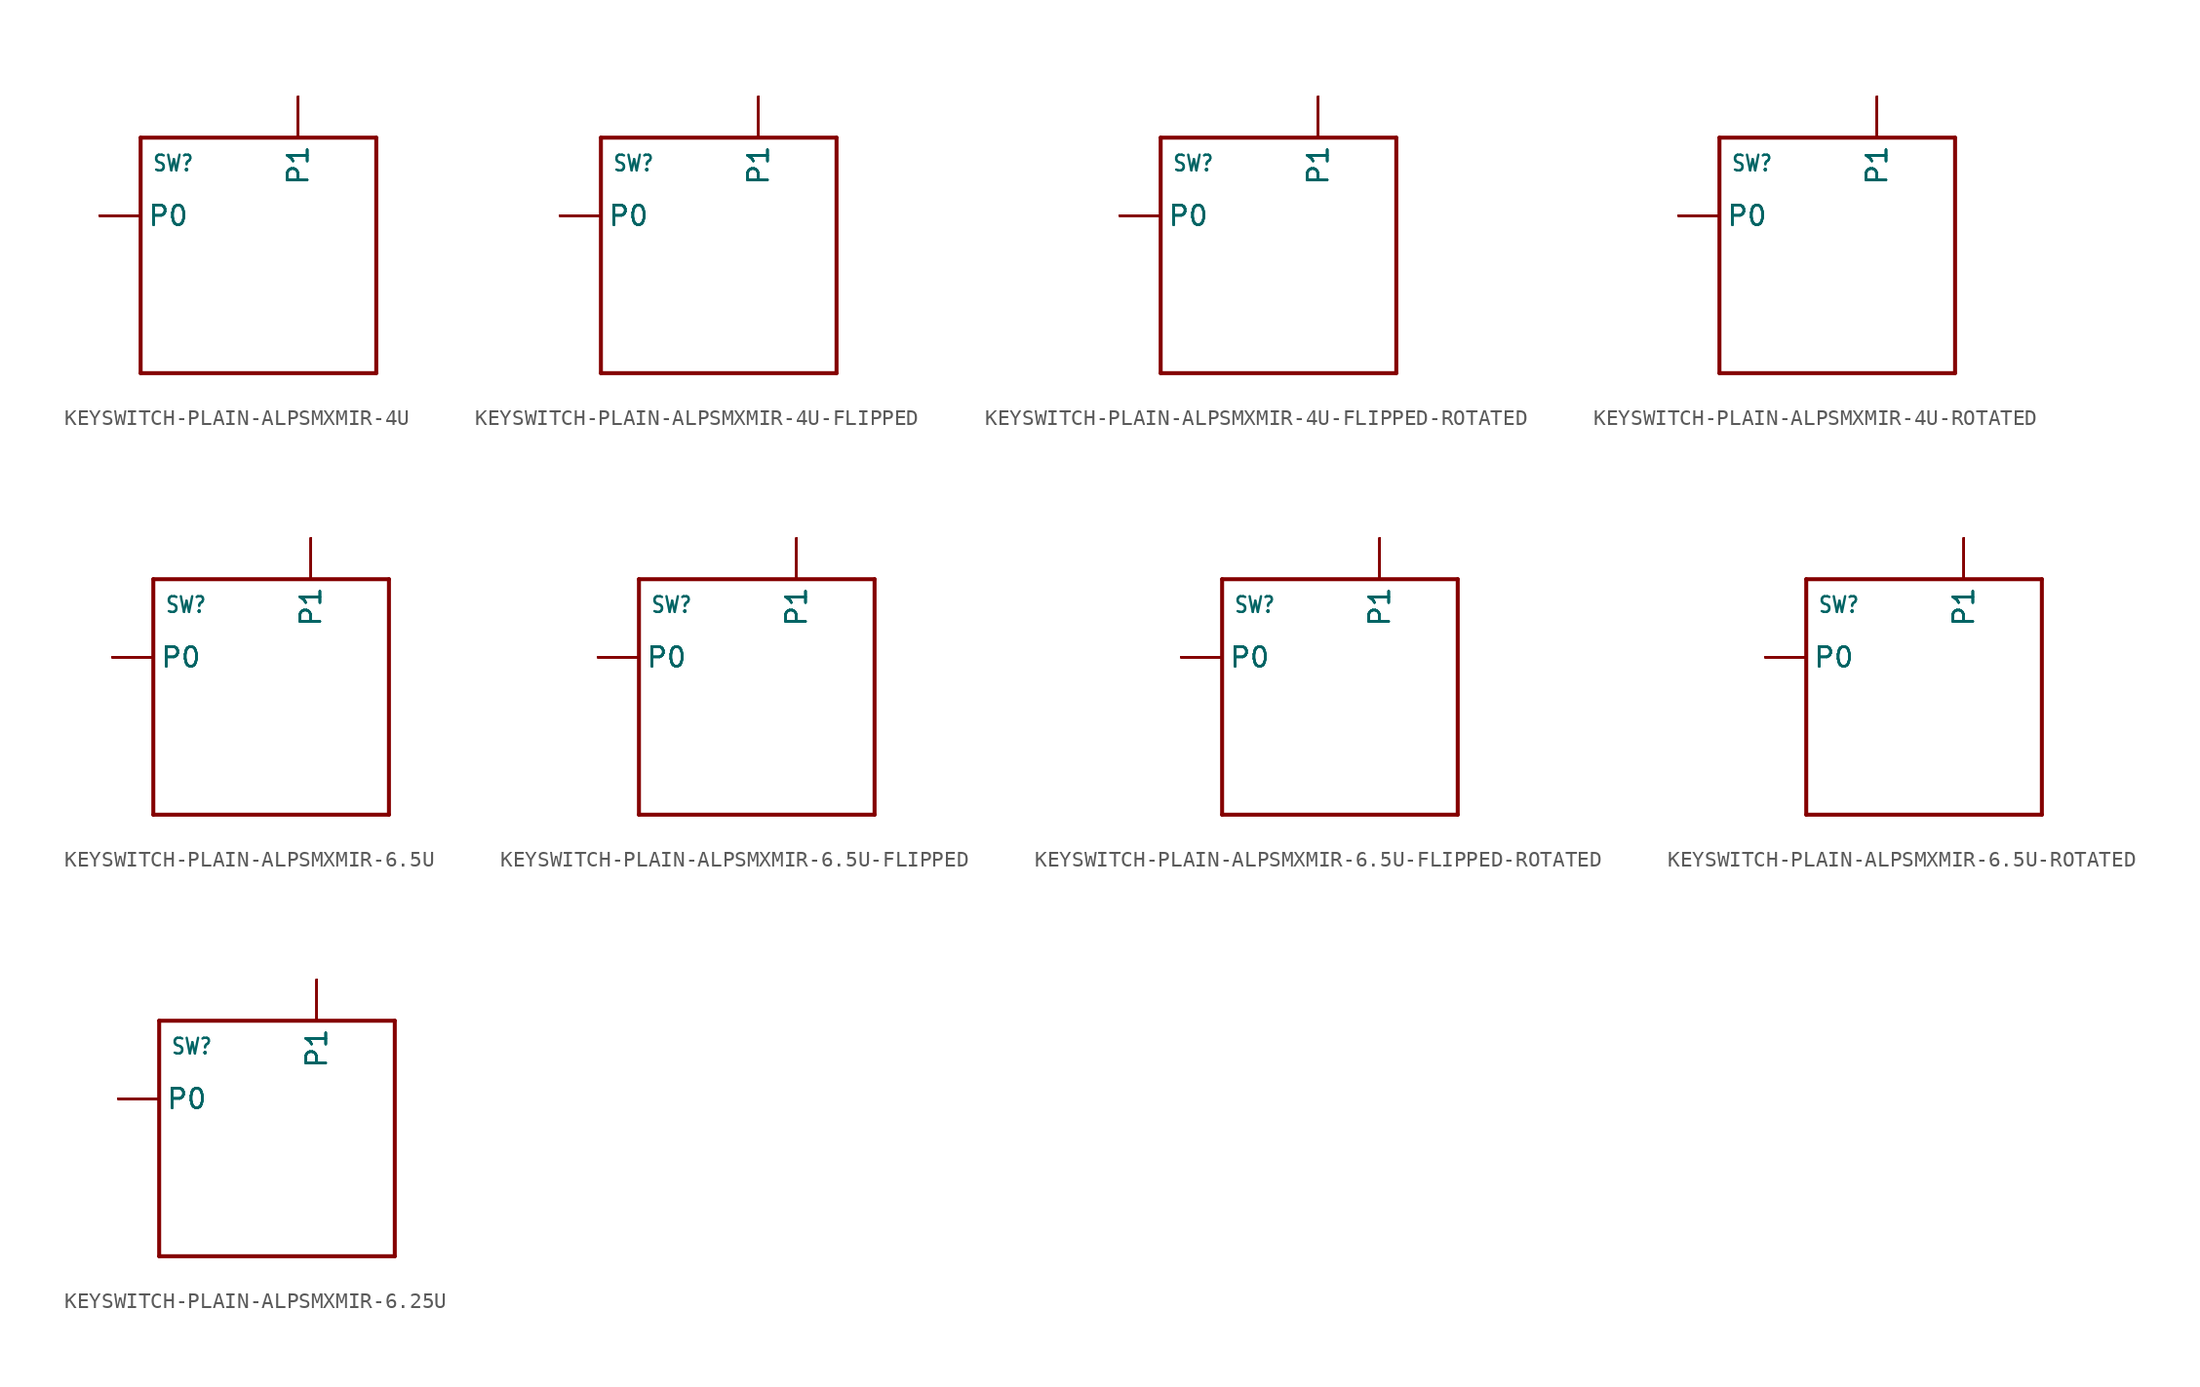
<source format=kicad_sym>
(kicad_symbol_lib
  (version 20211014)
  (generator kicad_symbol_editor)
  (symbol "KEYSWITCH-PLAIN-ALPSMXMIR-4U"
    (property "Reference" "SW"
      (at -6.81 5.318 0)
      (effects (font (size 1 0.85)) (justify left bottom)))
    (property "ki_locked" ""
      (at 0 0 0)
      (effects (font (size 1.27 1.27))))
    (symbol "KEYSWITCH-PLAIN-ALPSMXMIR-4U_1_0"
      (polyline (pts (xy -7.54 -7.54) (xy -7.54 7.54)) (stroke (width 0.254) (type default) (color 0 0 0 0)) (fill (type none)))
      (polyline (pts (xy -7.54 7.54) (xy 7.54 7.54)) (stroke (width 0.254) (type default) (color 0 0 0 0)) (fill (type none)))
      (polyline (pts (xy 7.54 -7.54) (xy -7.54 -7.54)) (stroke (width 0.254) (type default) (color 0 0 0 0)) (fill (type none)))
      (polyline (pts (xy 7.54 7.54) (xy 7.54 -7.54)) (stroke (width 0.254) (type default) (color 0 0 0 0)) (fill (type none)))
      (pin bidirectional line (at -10.16 2.54 0) (length 2.54) (name "P0" (effects (font (size 1.27 1.27)))) (number "ALPS1" (effects (font (size 0 0)))))
      (pin bidirectional line (at 2.54 10.16 270) (length 2.54) (name "P1" (effects (font (size 1.27 1.27)))) (number "ALPS2" (effects (font (size 0 0)))))
      (pin bidirectional line (at -10.16 2.54 0) (length 2.54) (name "P0" (effects (font (size 1.27 1.27)))) (number "ALPS3" (effects (font (size 0 0)))))
      (pin bidirectional line (at 2.54 10.16 270) (length 2.54) (name "P1" (effects (font (size 1.27 1.27)))) (number "ALPS4" (effects (font (size 0 0)))))
      (pin bidirectional line (at -10.16 2.54 0) (length 2.54) (name "P0" (effects (font (size 1.27 1.27)))) (number "MX1" (effects (font (size 0 0)))))
      (pin bidirectional line (at 2.54 10.16 270) (length 2.54) (name "P1" (effects (font (size 1.27 1.27)))) (number "MX2" (effects (font (size 0 0)))))
      (pin bidirectional line (at -10.16 2.54 0) (length 2.54) (name "P0" (effects (font (size 1.27 1.27)))) (number "MX3" (effects (font (size 0 0)))))
      (pin bidirectional line (at 2.54 10.16 270) (length 2.54) (name "P1" (effects (font (size 1.27 1.27)))) (number "MX4" (effects (font (size 0 0)))))))
  (symbol "KEYSWITCH-PLAIN-ALPSMXMIR-4U-FLIPPED"
    (property "Reference" "SW"
      (at -6.81 5.318 0)
      (effects (font (size 1 0.85)) (justify left bottom)))
    (property "ki_locked" ""
      (at 0 0 0)
      (effects (font (size 1.27 1.27))))
    (symbol "KEYSWITCH-PLAIN-ALPSMXMIR-4U-FLIPPED_1_0"
      (polyline (pts (xy -7.54 -7.54) (xy -7.54 7.54)) (stroke (width 0.254) (type default) (color 0 0 0 0)) (fill (type none)))
      (polyline (pts (xy -7.54 7.54) (xy 7.54 7.54)) (stroke (width 0.254) (type default) (color 0 0 0 0)) (fill (type none)))
      (polyline (pts (xy 7.54 -7.54) (xy -7.54 -7.54)) (stroke (width 0.254) (type default) (color 0 0 0 0)) (fill (type none)))
      (polyline (pts (xy 7.54 7.54) (xy 7.54 -7.54)) (stroke (width 0.254) (type default) (color 0 0 0 0)) (fill (type none)))
      (pin bidirectional line (at -10.16 2.54 0) (length 2.54) (name "P0" (effects (font (size 1.27 1.27)))) (number "ALPS1" (effects (font (size 0 0)))))
      (pin bidirectional line (at 2.54 10.16 270) (length 2.54) (name "P1" (effects (font (size 1.27 1.27)))) (number "ALPS2" (effects (font (size 0 0)))))
      (pin bidirectional line (at -10.16 2.54 0) (length 2.54) (name "P0" (effects (font (size 1.27 1.27)))) (number "ALPS3" (effects (font (size 0 0)))))
      (pin bidirectional line (at 2.54 10.16 270) (length 2.54) (name "P1" (effects (font (size 1.27 1.27)))) (number "ALPS4" (effects (font (size 0 0)))))
      (pin bidirectional line (at -10.16 2.54 0) (length 2.54) (name "P0" (effects (font (size 1.27 1.27)))) (number "MX1" (effects (font (size 0 0)))))
      (pin bidirectional line (at 2.54 10.16 270) (length 2.54) (name "P1" (effects (font (size 1.27 1.27)))) (number "MX2" (effects (font (size 0 0)))))
      (pin bidirectional line (at -10.16 2.54 0) (length 2.54) (name "P0" (effects (font (size 1.27 1.27)))) (number "MX3" (effects (font (size 0 0)))))
      (pin bidirectional line (at 2.54 10.16 270) (length 2.54) (name "P1" (effects (font (size 1.27 1.27)))) (number "MX4" (effects (font (size 0 0)))))))
  (symbol "KEYSWITCH-PLAIN-ALPSMXMIR-4U-FLIPPED-ROTATED"
    (property "Reference" "SW"
      (at -6.81 5.318 0)
      (effects (font (size 1 0.85)) (justify left bottom)))
    (property "ki_locked" ""
      (at 0 0 0)
      (effects (font (size 1.27 1.27))))
    (symbol "KEYSWITCH-PLAIN-ALPSMXMIR-4U-FLIPPED-ROTATED_1_0"
      (polyline (pts (xy -7.54 -7.54) (xy -7.54 7.54)) (stroke (width 0.254) (type default) (color 0 0 0 0)) (fill (type none)))
      (polyline (pts (xy -7.54 7.54) (xy 7.54 7.54)) (stroke (width 0.254) (type default) (color 0 0 0 0)) (fill (type none)))
      (polyline (pts (xy 7.54 -7.54) (xy -7.54 -7.54)) (stroke (width 0.254) (type default) (color 0 0 0 0)) (fill (type none)))
      (polyline (pts (xy 7.54 7.54) (xy 7.54 -7.54)) (stroke (width 0.254) (type default) (color 0 0 0 0)) (fill (type none)))
      (pin bidirectional line (at -10.16 2.54 0) (length 2.54) (name "P0" (effects (font (size 1.27 1.27)))) (number "ALPS1" (effects (font (size 0 0)))))
      (pin bidirectional line (at 2.54 10.16 270) (length 2.54) (name "P1" (effects (font (size 1.27 1.27)))) (number "ALPS2" (effects (font (size 0 0)))))
      (pin bidirectional line (at -10.16 2.54 0) (length 2.54) (name "P0" (effects (font (size 1.27 1.27)))) (number "ALPS3" (effects (font (size 0 0)))))
      (pin bidirectional line (at 2.54 10.16 270) (length 2.54) (name "P1" (effects (font (size 1.27 1.27)))) (number "ALPS4" (effects (font (size 0 0)))))
      (pin bidirectional line (at -10.16 2.54 0) (length 2.54) (name "P0" (effects (font (size 1.27 1.27)))) (number "MX1" (effects (font (size 0 0)))))
      (pin bidirectional line (at 2.54 10.16 270) (length 2.54) (name "P1" (effects (font (size 1.27 1.27)))) (number "MX2" (effects (font (size 0 0)))))
      (pin bidirectional line (at -10.16 2.54 0) (length 2.54) (name "P0" (effects (font (size 1.27 1.27)))) (number "MX3" (effects (font (size 0 0)))))
      (pin bidirectional line (at 2.54 10.16 270) (length 2.54) (name "P1" (effects (font (size 1.27 1.27)))) (number "MX4" (effects (font (size 0 0)))))))
  (symbol "KEYSWITCH-PLAIN-ALPSMXMIR-4U-ROTATED"
    (property "Reference" "SW"
      (at -6.81 5.318 0)
      (effects (font (size 1 0.85)) (justify left bottom)))
    (property "ki_locked" ""
      (at 0 0 0)
      (effects (font (size 1.27 1.27))))
    (symbol "KEYSWITCH-PLAIN-ALPSMXMIR-4U-ROTATED_1_0"
      (polyline (pts (xy -7.54 -7.54) (xy -7.54 7.54)) (stroke (width 0.254) (type default) (color 0 0 0 0)) (fill (type none)))
      (polyline (pts (xy -7.54 7.54) (xy 7.54 7.54)) (stroke (width 0.254) (type default) (color 0 0 0 0)) (fill (type none)))
      (polyline (pts (xy 7.54 -7.54) (xy -7.54 -7.54)) (stroke (width 0.254) (type default) (color 0 0 0 0)) (fill (type none)))
      (polyline (pts (xy 7.54 7.54) (xy 7.54 -7.54)) (stroke (width 0.254) (type default) (color 0 0 0 0)) (fill (type none)))
      (pin bidirectional line (at -10.16 2.54 0) (length 2.54) (name "P0" (effects (font (size 1.27 1.27)))) (number "ALPS1" (effects (font (size 0 0)))))
      (pin bidirectional line (at 2.54 10.16 270) (length 2.54) (name "P1" (effects (font (size 1.27 1.27)))) (number "ALPS2" (effects (font (size 0 0)))))
      (pin bidirectional line (at -10.16 2.54 0) (length 2.54) (name "P0" (effects (font (size 1.27 1.27)))) (number "ALPS3" (effects (font (size 0 0)))))
      (pin bidirectional line (at 2.54 10.16 270) (length 2.54) (name "P1" (effects (font (size 1.27 1.27)))) (number "ALPS4" (effects (font (size 0 0)))))
      (pin bidirectional line (at -10.16 2.54 0) (length 2.54) (name "P0" (effects (font (size 1.27 1.27)))) (number "MX1" (effects (font (size 0 0)))))
      (pin bidirectional line (at 2.54 10.16 270) (length 2.54) (name "P1" (effects (font (size 1.27 1.27)))) (number "MX2" (effects (font (size 0 0)))))
      (pin bidirectional line (at -10.16 2.54 0) (length 2.54) (name "P0" (effects (font (size 1.27 1.27)))) (number "MX3" (effects (font (size 0 0)))))
      (pin bidirectional line (at 2.54 10.16 270) (length 2.54) (name "P1" (effects (font (size 1.27 1.27)))) (number "MX4" (effects (font (size 0 0)))))))
  (symbol "KEYSWITCH-PLAIN-ALPSMXMIR-6.5U"
    (property "Reference" "SW"
      (at -6.81 5.318 0)
      (effects (font (size 1 0.85)) (justify left bottom)))
    (property "ki_locked" ""
      (at 0 0 0)
      (effects (font (size 1.27 1.27))))
    (symbol "KEYSWITCH-PLAIN-ALPSMXMIR-6.5U_1_0"
      (polyline (pts (xy -7.54 -7.54) (xy -7.54 7.54)) (stroke (width 0.254) (type default) (color 0 0 0 0)) (fill (type none)))
      (polyline (pts (xy -7.54 7.54) (xy 7.54 7.54)) (stroke (width 0.254) (type default) (color 0 0 0 0)) (fill (type none)))
      (polyline (pts (xy 7.54 -7.54) (xy -7.54 -7.54)) (stroke (width 0.254) (type default) (color 0 0 0 0)) (fill (type none)))
      (polyline (pts (xy 7.54 7.54) (xy 7.54 -7.54)) (stroke (width 0.254) (type default) (color 0 0 0 0)) (fill (type none)))
      (pin bidirectional line (at -10.16 2.54 0) (length 2.54) (name "P0" (effects (font (size 1.27 1.27)))) (number "ALPS1" (effects (font (size 0 0)))))
      (pin bidirectional line (at 2.54 10.16 270) (length 2.54) (name "P1" (effects (font (size 1.27 1.27)))) (number "ALPS2" (effects (font (size 0 0)))))
      (pin bidirectional line (at -10.16 2.54 0) (length 2.54) (name "P0" (effects (font (size 1.27 1.27)))) (number "ALPS3" (effects (font (size 0 0)))))
      (pin bidirectional line (at 2.54 10.16 270) (length 2.54) (name "P1" (effects (font (size 1.27 1.27)))) (number "ALPS4" (effects (font (size 0 0)))))
      (pin bidirectional line (at -10.16 2.54 0) (length 2.54) (name "P0" (effects (font (size 1.27 1.27)))) (number "MX1" (effects (font (size 0 0)))))
      (pin bidirectional line (at 2.54 10.16 270) (length 2.54) (name "P1" (effects (font (size 1.27 1.27)))) (number "MX2" (effects (font (size 0 0)))))
      (pin bidirectional line (at -10.16 2.54 0) (length 2.54) (name "P0" (effects (font (size 1.27 1.27)))) (number "MX3" (effects (font (size 0 0)))))
      (pin bidirectional line (at 2.54 10.16 270) (length 2.54) (name "P1" (effects (font (size 1.27 1.27)))) (number "MX4" (effects (font (size 0 0)))))))
  (symbol "KEYSWITCH-PLAIN-ALPSMXMIR-6.5U-FLIPPED"
    (property "Reference" "SW"
      (at -6.81 5.318 0)
      (effects (font (size 1 0.85)) (justify left bottom)))
    (property "ki_locked" ""
      (at 0 0 0)
      (effects (font (size 1.27 1.27))))
    (symbol "KEYSWITCH-PLAIN-ALPSMXMIR-6.5U-FLIPPED_1_0"
      (polyline (pts (xy -7.54 -7.54) (xy -7.54 7.54)) (stroke (width 0.254) (type default) (color 0 0 0 0)) (fill (type none)))
      (polyline (pts (xy -7.54 7.54) (xy 7.54 7.54)) (stroke (width 0.254) (type default) (color 0 0 0 0)) (fill (type none)))
      (polyline (pts (xy 7.54 -7.54) (xy -7.54 -7.54)) (stroke (width 0.254) (type default) (color 0 0 0 0)) (fill (type none)))
      (polyline (pts (xy 7.54 7.54) (xy 7.54 -7.54)) (stroke (width 0.254) (type default) (color 0 0 0 0)) (fill (type none)))
      (pin bidirectional line (at -10.16 2.54 0) (length 2.54) (name "P0" (effects (font (size 1.27 1.27)))) (number "ALPS1" (effects (font (size 0 0)))))
      (pin bidirectional line (at 2.54 10.16 270) (length 2.54) (name "P1" (effects (font (size 1.27 1.27)))) (number "ALPS2" (effects (font (size 0 0)))))
      (pin bidirectional line (at -10.16 2.54 0) (length 2.54) (name "P0" (effects (font (size 1.27 1.27)))) (number "ALPS3" (effects (font (size 0 0)))))
      (pin bidirectional line (at 2.54 10.16 270) (length 2.54) (name "P1" (effects (font (size 1.27 1.27)))) (number "ALPS4" (effects (font (size 0 0)))))
      (pin bidirectional line (at -10.16 2.54 0) (length 2.54) (name "P0" (effects (font (size 1.27 1.27)))) (number "MX1" (effects (font (size 0 0)))))
      (pin bidirectional line (at 2.54 10.16 270) (length 2.54) (name "P1" (effects (font (size 1.27 1.27)))) (number "MX2" (effects (font (size 0 0)))))
      (pin bidirectional line (at -10.16 2.54 0) (length 2.54) (name "P0" (effects (font (size 1.27 1.27)))) (number "MX3" (effects (font (size 0 0)))))
      (pin bidirectional line (at 2.54 10.16 270) (length 2.54) (name "P1" (effects (font (size 1.27 1.27)))) (number "MX4" (effects (font (size 0 0)))))))
  (symbol "KEYSWITCH-PLAIN-ALPSMXMIR-6.5U-FLIPPED-ROTATED"
    (property "Reference" "SW"
      (at -6.81 5.318 0)
      (effects (font (size 1 0.85)) (justify left bottom)))
    (property "ki_locked" ""
      (at 0 0 0)
      (effects (font (size 1.27 1.27))))
    (symbol "KEYSWITCH-PLAIN-ALPSMXMIR-6.5U-FLIPPED-ROTATED_1_0"
      (polyline (pts (xy -7.54 -7.54) (xy -7.54 7.54)) (stroke (width 0.254) (type default) (color 0 0 0 0)) (fill (type none)))
      (polyline (pts (xy -7.54 7.54) (xy 7.54 7.54)) (stroke (width 0.254) (type default) (color 0 0 0 0)) (fill (type none)))
      (polyline (pts (xy 7.54 -7.54) (xy -7.54 -7.54)) (stroke (width 0.254) (type default) (color 0 0 0 0)) (fill (type none)))
      (polyline (pts (xy 7.54 7.54) (xy 7.54 -7.54)) (stroke (width 0.254) (type default) (color 0 0 0 0)) (fill (type none)))
      (pin bidirectional line (at -10.16 2.54 0) (length 2.54) (name "P0" (effects (font (size 1.27 1.27)))) (number "ALPS1" (effects (font (size 0 0)))))
      (pin bidirectional line (at 2.54 10.16 270) (length 2.54) (name "P1" (effects (font (size 1.27 1.27)))) (number "ALPS2" (effects (font (size 0 0)))))
      (pin bidirectional line (at -10.16 2.54 0) (length 2.54) (name "P0" (effects (font (size 1.27 1.27)))) (number "ALPS3" (effects (font (size 0 0)))))
      (pin bidirectional line (at 2.54 10.16 270) (length 2.54) (name "P1" (effects (font (size 1.27 1.27)))) (number "ALPS4" (effects (font (size 0 0)))))
      (pin bidirectional line (at -10.16 2.54 0) (length 2.54) (name "P0" (effects (font (size 1.27 1.27)))) (number "MX1" (effects (font (size 0 0)))))
      (pin bidirectional line (at 2.54 10.16 270) (length 2.54) (name "P1" (effects (font (size 1.27 1.27)))) (number "MX2" (effects (font (size 0 0)))))
      (pin bidirectional line (at -10.16 2.54 0) (length 2.54) (name "P0" (effects (font (size 1.27 1.27)))) (number "MX3" (effects (font (size 0 0)))))
      (pin bidirectional line (at 2.54 10.16 270) (length 2.54) (name "P1" (effects (font (size 1.27 1.27)))) (number "MX4" (effects (font (size 0 0)))))))
  (symbol "KEYSWITCH-PLAIN-ALPSMXMIR-6.5U-ROTATED"
    (property "Reference" "SW"
      (at -6.81 5.318 0)
      (effects (font (size 1 0.85)) (justify left bottom)))
    (property "ki_locked" ""
      (at 0 0 0)
      (effects (font (size 1.27 1.27))))
    (symbol "KEYSWITCH-PLAIN-ALPSMXMIR-6.5U-ROTATED_1_0"
      (polyline (pts (xy -7.54 -7.54) (xy -7.54 7.54)) (stroke (width 0.254) (type default) (color 0 0 0 0)) (fill (type none)))
      (polyline (pts (xy -7.54 7.54) (xy 7.54 7.54)) (stroke (width 0.254) (type default) (color 0 0 0 0)) (fill (type none)))
      (polyline (pts (xy 7.54 -7.54) (xy -7.54 -7.54)) (stroke (width 0.254) (type default) (color 0 0 0 0)) (fill (type none)))
      (polyline (pts (xy 7.54 7.54) (xy 7.54 -7.54)) (stroke (width 0.254) (type default) (color 0 0 0 0)) (fill (type none)))
      (pin bidirectional line (at -10.16 2.54 0) (length 2.54) (name "P0" (effects (font (size 1.27 1.27)))) (number "ALPS1" (effects (font (size 0 0)))))
      (pin bidirectional line (at 2.54 10.16 270) (length 2.54) (name "P1" (effects (font (size 1.27 1.27)))) (number "ALPS2" (effects (font (size 0 0)))))
      (pin bidirectional line (at -10.16 2.54 0) (length 2.54) (name "P0" (effects (font (size 1.27 1.27)))) (number "ALPS3" (effects (font (size 0 0)))))
      (pin bidirectional line (at 2.54 10.16 270) (length 2.54) (name "P1" (effects (font (size 1.27 1.27)))) (number "ALPS4" (effects (font (size 0 0)))))
      (pin bidirectional line (at -10.16 2.54 0) (length 2.54) (name "P0" (effects (font (size 1.27 1.27)))) (number "MX1" (effects (font (size 0 0)))))
      (pin bidirectional line (at 2.54 10.16 270) (length 2.54) (name "P1" (effects (font (size 1.27 1.27)))) (number "MX2" (effects (font (size 0 0)))))
      (pin bidirectional line (at -10.16 2.54 0) (length 2.54) (name "P0" (effects (font (size 1.27 1.27)))) (number "MX3" (effects (font (size 0 0)))))
      (pin bidirectional line (at 2.54 10.16 270) (length 2.54) (name "P1" (effects (font (size 1.27 1.27)))) (number "MX4" (effects (font (size 0 0)))))))
  (symbol "KEYSWITCH-PLAIN-ALPSMXMIR-6.25U"
    (property "Reference" "SW"
      (at -6.81 5.318 0)
      (effects (font (size 1 0.85)) (justify left bottom)))
    (property "ki_locked" ""
      (at 0 0 0)
      (effects (font (size 1.27 1.27))))
    (symbol "KEYSWITCH-PLAIN-ALPSMXMIR-6.25U_1_0"
      (polyline (pts (xy -7.54 -7.54) (xy -7.54 7.54)) (stroke (width 0.254) (type default) (color 0 0 0 0)) (fill (type none)))
      (polyline (pts (xy -7.54 7.54) (xy 7.54 7.54)) (stroke (width 0.254) (type default) (color 0 0 0 0)) (fill (type none)))
      (polyline (pts (xy 7.54 -7.54) (xy -7.54 -7.54)) (stroke (width 0.254) (type default) (color 0 0 0 0)) (fill (type none)))
      (polyline (pts (xy 7.54 7.54) (xy 7.54 -7.54)) (stroke (width 0.254) (type default) (color 0 0 0 0)) (fill (type none)))
      (pin bidirectional line (at -10.16 2.54 0) (length 2.54) (name "P0" (effects (font (size 1.27 1.27)))) (number "ALPS1" (effects (font (size 0 0)))))
      (pin bidirectional line (at 2.54 10.16 270) (length 2.54) (name "P1" (effects (font (size 1.27 1.27)))) (number "ALPS2" (effects (font (size 0 0)))))
      (pin bidirectional line (at -10.16 2.54 0) (length 2.54) (name "P0" (effects (font (size 1.27 1.27)))) (number "ALPS3" (effects (font (size 0 0)))))
      (pin bidirectional line (at 2.54 10.16 270) (length 2.54) (name "P1" (effects (font (size 1.27 1.27)))) (number "ALPS4" (effects (font (size 0 0)))))
      (pin bidirectional line (at -10.16 2.54 0) (length 2.54) (name "P0" (effects (font (size 1.27 1.27)))) (number "MX1" (effects (font (size 0 0)))))
      (pin bidirectional line (at 2.54 10.16 270) (length 2.54) (name "P1" (effects (font (size 1.27 1.27)))) (number "MX2" (effects (font (size 0 0)))))
      (pin bidirectional line (at -10.16 2.54 0) (length 2.54) (name "P0" (effects (font (size 1.27 1.27)))) (number "MX3" (effects (font (size 0 0)))))
      (pin bidirectional line (at 2.54 10.16 270) (length 2.54) (name "P1" (effects (font (size 1.27 1.27)))) (number "MX4" (effects (font (size 0 0))))))))
</source>
